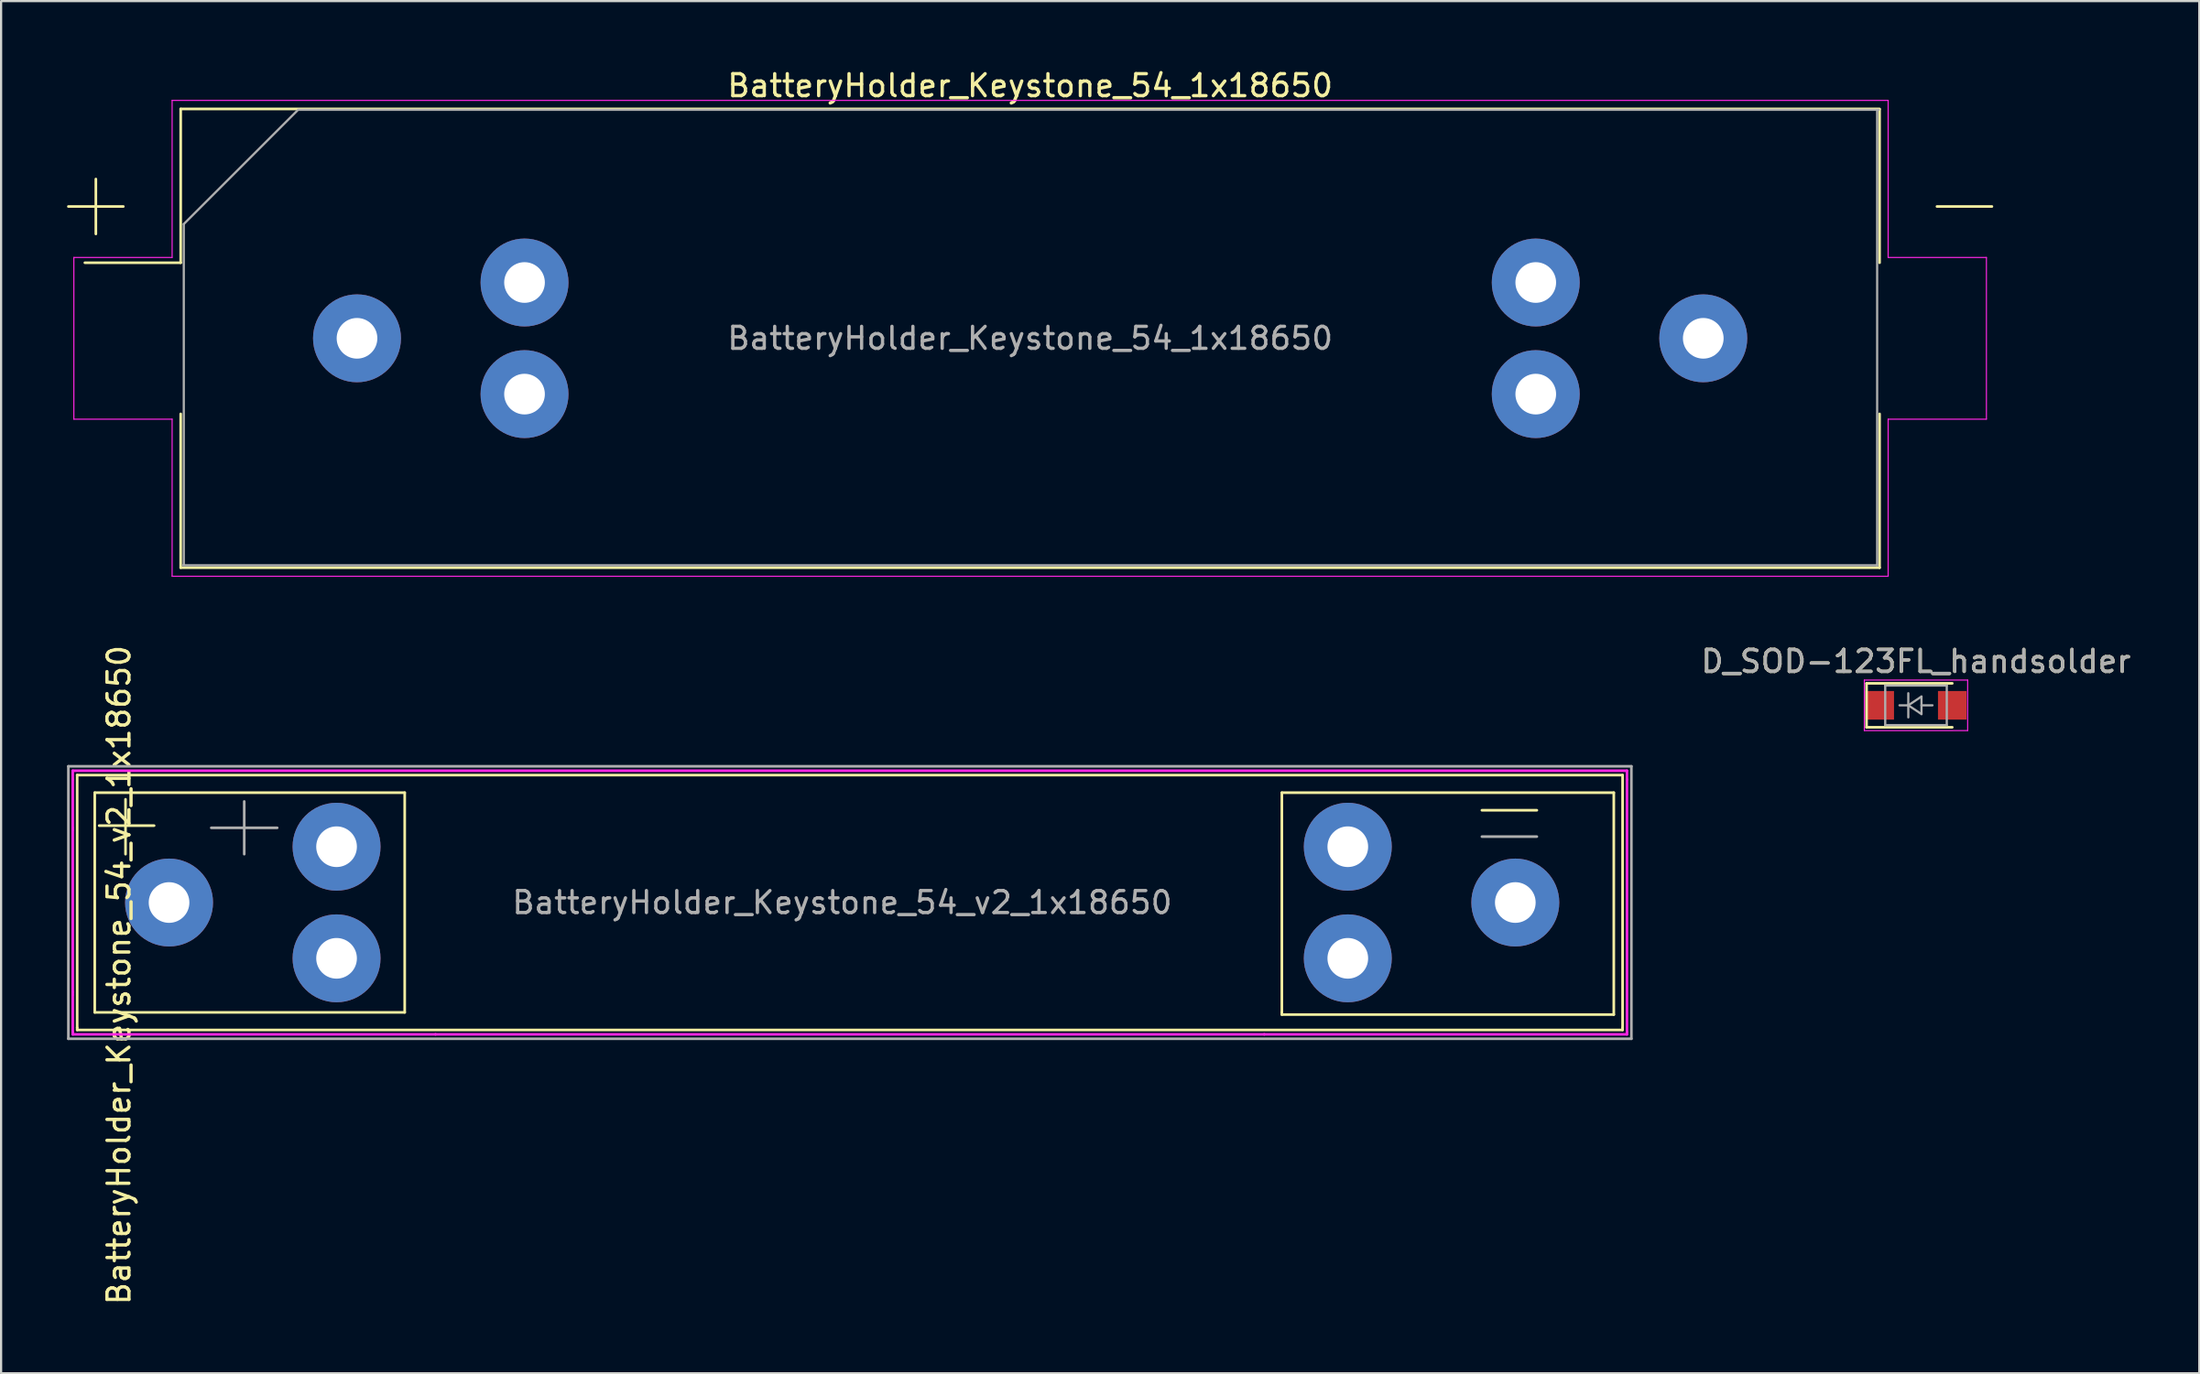
<source format=kicad_pcb>
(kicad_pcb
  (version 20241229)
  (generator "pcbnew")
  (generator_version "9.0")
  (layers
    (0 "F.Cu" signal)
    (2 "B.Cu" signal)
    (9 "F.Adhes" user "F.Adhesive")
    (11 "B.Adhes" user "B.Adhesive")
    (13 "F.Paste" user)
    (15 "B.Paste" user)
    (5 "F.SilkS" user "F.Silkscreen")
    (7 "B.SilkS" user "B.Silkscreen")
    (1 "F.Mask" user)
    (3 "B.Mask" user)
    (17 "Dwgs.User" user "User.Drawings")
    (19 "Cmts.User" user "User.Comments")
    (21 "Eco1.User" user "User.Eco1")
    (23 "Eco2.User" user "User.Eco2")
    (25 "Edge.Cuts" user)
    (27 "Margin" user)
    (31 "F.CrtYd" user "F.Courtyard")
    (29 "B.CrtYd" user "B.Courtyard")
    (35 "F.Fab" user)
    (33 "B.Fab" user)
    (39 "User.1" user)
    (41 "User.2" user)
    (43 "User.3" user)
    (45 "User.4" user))
  (footprint "BatteryHolder_Keystone_54_1x18650"
    (layer "F.Cu")
    (at 43.81 12.348)
    (property "Reference" "BatteryHolder_Keystone_54_1x18650" (at 0 -11.5 0) (layer "F.SilkS") (effects (font (size 1 1) (thickness 0.15))))
    (attr smd)
    (fp_line (start -43.75 -6) (end -41.25 -6) (stroke (width 0.12) (type solid)) (layer "F.SilkS"))
    (fp_line (start -42.5 -4.75) (end -42.5 -7.25) (stroke (width 0.12) (type solid)) (layer "F.SilkS"))
    (fp_line (start -38.64 -10.44) (end -38.64 -3.44) (stroke (width 0.12) (type solid)) (layer "F.SilkS"))
    (fp_line (start -38.64 -3.44) (end -43 -3.44) (stroke (width 0.12) (type solid)) (layer "F.SilkS"))
    (fp_line (start -38.64 10.44) (end -38.64 3.44) (stroke (width 0.12) (type solid)) (layer "F.SilkS"))
    (fp_line (start 38.64 -10.44) (end -38.64 -10.44) (stroke (width 0.12) (type solid)) (layer "F.SilkS"))
    (fp_line (start 38.64 -3.44) (end 38.64 -10.42) (stroke (width 0.12) (type solid)) (layer "F.SilkS"))
    (fp_line (start 38.64 3.44) (end 38.64 10.44) (stroke (width 0.12) (type solid)) (layer "F.SilkS"))
    (fp_line (start 38.64 10.44) (end -38.64 10.44) (stroke (width 0.12) (type solid)) (layer "F.SilkS"))
    (fp_line (start 43.75 -6) (end 41.25 -6) (stroke (width 0.12) (type solid)) (layer "F.SilkS"))
    (fp_line (start -43.5 -3.68) (end -39.03 -3.68) (stroke (width 0.05) (type solid)) (layer "F.CrtYd"))
    (fp_line (start -43.5 3.68) (end -43.5 -3.68) (stroke (width 0.05) (type solid)) (layer "F.CrtYd"))
    (fp_line (start -39.03 -10.83) (end -39.03 -3.68) (stroke (width 0.05) (type solid)) (layer "F.CrtYd"))
    (fp_line (start -39.03 -10.83) (end 39.03 -10.83) (stroke (width 0.05) (type solid)) (layer "F.CrtYd"))
    (fp_line (start -39.03 3.68) (end -43.5 3.68) (stroke (width 0.05) (type solid)) (layer "F.CrtYd"))
    (fp_line (start -39.03 10.83) (end -39.03 3.68) (stroke (width 0.05) (type solid)) (layer "F.CrtYd"))
    (fp_line (start -39.03 10.83) (end 39.03 10.83) (stroke (width 0.05) (type solid)) (layer "F.CrtYd"))
    (fp_line (start 39.03 -10.83) (end 39.03 -3.68) (stroke (width 0.05) (type solid)) (layer "F.CrtYd"))
    (fp_line (start 39.03 3.68) (end 43.5 3.68) (stroke (width 0.05) (type solid)) (layer "F.CrtYd"))
    (fp_line (start 39.03 10.83) (end 39.03 3.68) (stroke (width 0.05) (type solid)) (layer "F.CrtYd"))
    (fp_line (start 43.5 -3.68) (end 39.03 -3.68) (stroke (width 0.05) (type solid)) (layer "F.CrtYd"))
    (fp_line (start 43.5 3.68) (end 43.5 -3.68) (stroke (width 0.05) (type solid)) (layer "F.CrtYd"))
    (fp_line (start -38.53 10.33) (end 38.53 10.33) (stroke (width 0.1) (type solid)) (layer "F.Fab"))
    (fp_line (start -38.5 -5.197) (end -38.5 10.3) (stroke (width 0.1) (type solid)) (layer "F.Fab"))
    (fp_line (start -33.337 -10.363) (end -38.5 -5.2) (stroke (width 0.1) (type solid)) (layer "F.Fab"))
    (fp_line (start -33.3 -10.4) (end 38.597 -10.4) (stroke (width 0.1) (type solid)) (layer "F.Fab"))
    (fp_line (start 38.53 -10.33) (end 38.53 10.33) (stroke (width 0.1) (type solid)) (layer "F.Fab"))
    (fp_text user "${REFERENCE}" (at 0 0 0) (layer "F.Fab") (effects (font (size 1 1) (thickness 0.15))))
    (pad "1" thru_hole circle (at -30.62 0 180) (size 4 4) (drill 1.85) (layers "*.Cu" "*.Mask"))
    (pad "1" thru_hole circle (at -23 -2.54 180) (size 4 4) (drill 1.85) (layers "*.Cu" "*.Mask"))
    (pad "1" thru_hole circle (at -23 2.54 180) (size 4 4) (drill 1.85) (layers "*.Cu" "*.Mask"))
    (pad "2" thru_hole circle (at 23 -2.54) (size 4 4) (drill 1.85) (layers "*.Cu" "*.Mask"))
    (pad "2" thru_hole circle (at 23 2.54) (size 4 4) (drill 1.85) (layers "*.Cu" "*.Mask"))
    (pad "2" thru_hole circle (at 30.62 0) (size 4 4) (drill 1.85) (layers "*.Cu" "*.Mask")))
  (footprint "D_SOD-123FL_handsolder"
    (layer "F.Cu")
    (at 84.107 29.052)
    (property "Reference" "D_SOD-123FL_handsolder" (at 0 -2 0) (layer "F.SilkS") (effects (font (size 1 1) (thickness 0.15))))
    (attr smd)
    (fp_line (start -2.25 -1) (end -2.25 1) (stroke (width 0.12) (type solid)) (layer "F.SilkS"))
    (fp_line (start -2.25 -1) (end 1.65 -1) (stroke (width 0.12) (type solid)) (layer "F.SilkS"))
    (fp_line (start -2.25 1) (end 1.65 1) (stroke (width 0.12) (type solid)) (layer "F.SilkS"))
    (fp_line (start -2.35 -1.15) (end -2.35 1.15) (stroke (width 0.05) (type solid)) (layer "F.CrtYd"))
    (fp_line (start -2.35 -1.15) (end 2.35 -1.15) (stroke (width 0.05) (type solid)) (layer "F.CrtYd"))
    (fp_line (start 2.35 -1.15) (end 2.35 1.15) (stroke (width 0.05) (type solid)) (layer "F.CrtYd"))
    (fp_line (start 2.35 1.15) (end -2.35 1.15) (stroke (width 0.05) (type solid)) (layer "F.CrtYd"))
    (fp_line (start -1.4 -0.9) (end 1.4 -0.9) (stroke (width 0.1) (type solid)) (layer "F.Fab"))
    (fp_line (start -1.4 0.9) (end -1.4 -0.9) (stroke (width 0.1) (type solid)) (layer "F.Fab"))
    (fp_line (start -0.75 0) (end -0.35 0) (stroke (width 0.1) (type solid)) (layer "F.Fab"))
    (fp_line (start -0.35 0) (end -0.35 -0.55) (stroke (width 0.1) (type solid)) (layer "F.Fab"))
    (fp_line (start -0.35 0) (end -0.35 0.55) (stroke (width 0.1) (type solid)) (layer "F.Fab"))
    (fp_line (start -0.35 0) (end 0.25 -0.4) (stroke (width 0.1) (type solid)) (layer "F.Fab"))
    (fp_line (start 0.25 -0.4) (end 0.25 0.4) (stroke (width 0.1) (type solid)) (layer "F.Fab"))
    (fp_line (start 0.25 0) (end 0.75 0) (stroke (width 0.1) (type solid)) (layer "F.Fab"))
    (fp_line (start 0.25 0.4) (end -0.35 0) (stroke (width 0.1) (type solid)) (layer "F.Fab"))
    (fp_line (start 1.4 -0.9) (end 1.4 0.9) (stroke (width 0.1) (type solid)) (layer "F.Fab"))
    (fp_line (start 1.4 0.9) (end -1.4 0.9) (stroke (width 0.1) (type solid)) (layer "F.Fab"))
    (fp_text user "${REFERENCE}" (at 0 -2 0) (layer "F.Fab") (effects (font (size 1 1) (thickness 0.15))))
    (pad "1" smd rect (at -1.65 0) (size 1.3 1.3) (layers "F.Cu" "F.Mask" "F.Paste"))
    (pad "2" smd rect (at 1.65 0) (size 1.3 1.3) (layers "F.Cu" "F.Mask" "F.Paste")))
  (footprint "BatteryHolder_Keystone_54_v2_1x18650"
    (layer "F.Cu")
    (at 35.26 38.028)
    (property "Reference" "BatteryHolder_Keystone_54_v2_1x18650" (at -32.9 3.3 90) (layer "F.SilkS") (effects (font (size 1 1) (thickness 0.15))))
    (attr through_hole)
    (fp_line (start -34.8 -5.8) (end -34.8 5.7) (stroke (width 0.12) (type solid)) (layer "F.SilkS"))
    (fp_line (start -34.8 5.8) (end -34.8 5.7) (stroke (width 0.12) (type solid)) (layer "F.SilkS"))
    (fp_line (start -34.8 5.8) (end 35.5 5.8) (stroke (width 0.12) (type solid)) (layer "F.SilkS"))
    (fp_line (start -34 -5) (end -34 5) (stroke (width 0.12) (type solid)) (layer "F.SilkS"))
    (fp_line (start -34 5) (end -19.9 5) (stroke (width 0.12) (type solid)) (layer "F.SilkS"))
    (fp_line (start -33.8 -3.5) (end -31.3 -3.5) (stroke (width 0.12) (type solid)) (layer "F.SilkS"))
    (fp_line (start -32.6 -2.2) (end -32.6 -4.7) (stroke (width 0.12) (type solid)) (layer "F.SilkS"))
    (fp_line (start -19.9 -5) (end -34 -5) (stroke (width 0.12) (type solid)) (layer "F.SilkS"))
    (fp_line (start -19.9 5) (end -19.9 -5) (stroke (width 0.12) (type solid)) (layer "F.SilkS"))
    (fp_line (start 20 -5) (end 35.1 -5) (stroke (width 0.12) (type solid)) (layer "F.SilkS"))
    (fp_line (start 20 5) (end 20 -5) (stroke (width 0.12) (type solid)) (layer "F.SilkS"))
    (fp_line (start 20 5.1) (end 20 5) (stroke (width 0.12) (type solid)) (layer "F.SilkS"))
    (fp_line (start 31.6 -4.2) (end 29.1 -4.2) (stroke (width 0.12) (type solid)) (layer "F.SilkS"))
    (fp_line (start 35.1 -5) (end 35.1 5.1) (stroke (width 0.12) (type solid)) (layer "F.SilkS"))
    (fp_line (start 35.1 5.1) (end 20 5.1) (stroke (width 0.12) (type solid)) (layer "F.SilkS"))
    (fp_line (start 35.5 -5.8) (end -34.8 -5.8) (stroke (width 0.12) (type solid)) (layer "F.SilkS"))
    (fp_line (start 35.5 5.7) (end 35.5 -5.8) (stroke (width 0.12) (type solid)) (layer "F.SilkS"))
    (fp_line (start 35.5 5.8) (end 35.5 5.7) (stroke (width 0.12) (type solid)) (layer "F.SilkS"))
    (fp_line (start -35 -6) (end -35 -5.6) (stroke (width 0.12) (type solid)) (layer "F.CrtYd"))
    (fp_line (start -35 -5.6) (end -35 -3.4) (stroke (width 0.12) (type solid)) (layer "F.CrtYd"))
    (fp_line (start -35 -3.4) (end -35 -3.3) (stroke (width 0.12) (type solid)) (layer "F.CrtYd"))
    (fp_line (start -35 4.06) (end -35 -3.3) (stroke (width 0.12) (type solid)) (layer "F.CrtYd"))
    (fp_line (start -35 4.06) (end -35 4.1) (stroke (width 0.12) (type solid)) (layer "F.CrtYd"))
    (fp_line (start -35 4.1) (end -35 4.2) (stroke (width 0.12) (type solid)) (layer "F.CrtYd"))
    (fp_line (start -35 4.2) (end -35 5.9) (stroke (width 0.12) (type solid)) (layer "F.CrtYd"))
    (fp_line (start -35 6) (end -35 5.9) (stroke (width 0.12) (type solid)) (layer "F.CrtYd"))
    (fp_line (start -35 6) (end -18.5 6) (stroke (width 0.12) (type solid)) (layer "F.CrtYd"))
    (fp_line (start -18.5 6) (end 19.2 6) (stroke (width 0.12) (type solid)) (layer "F.CrtYd"))
    (fp_line (start 19.2 6) (end 35.7 6) (stroke (width 0.12) (type solid)) (layer "F.CrtYd"))
    (fp_line (start 35.7 -6) (end -35 -6) (stroke (width 0.12) (type solid)) (layer "F.CrtYd"))
    (fp_line (start 35.7 -5.6) (end 35.7 -6) (stroke (width 0.12) (type solid)) (layer "F.CrtYd"))
    (fp_line (start 35.7 5.9) (end 35.7 -5.6) (stroke (width 0.12) (type solid)) (layer "F.CrtYd"))
    (fp_line (start 35.7 5.9) (end 35.7 6) (stroke (width 0.12) (type solid)) (layer "F.CrtYd"))
    (fp_line (start -35.2 -6.2) (end 35.9 -6.2) (stroke (width 0.12) (type solid)) (layer "F.Fab"))
    (fp_line (start -35.2 6.2) (end -35.2 -6.2) (stroke (width 0.12) (type solid)) (layer "F.Fab"))
    (fp_line (start -28.7 -3.4) (end -25.7 -3.4) (stroke (width 0.12) (type solid)) (layer "F.Fab"))
    (fp_line (start -27.2 -4.6) (end -27.2 -2.2) (stroke (width 0.12) (type solid)) (layer "F.Fab"))
    (fp_line (start 29.1 -3) (end 31.6 -3) (stroke (width 0.12) (type solid)) (layer "F.Fab"))
    (fp_line (start 35.9 -6.2) (end 35.9 6.2) (stroke (width 0.12) (type solid)) (layer "F.Fab"))
    (fp_line (start 35.9 6.2) (end -35.2 6.2) (stroke (width 0.12) (type solid)) (layer "F.Fab"))
    (fp_text user "${REFERENCE}" (at 0 0 0) (layer "F.Fab") (effects (font (size 1 1) (thickness 0.15))))
    (pad "1" thru_hole circle (at -30.62 0 180) (size 4 4) (drill 1.85) (layers "*.Cu" "*.Mask"))
    (pad "1" thru_hole circle (at -23 -2.54 180) (size 4 4) (drill 1.85) (layers "*.Cu" "*.Mask"))
    (pad "1" thru_hole circle (at -23 2.54 180) (size 4 4) (drill 1.85) (layers "*.Cu" "*.Mask"))
    (pad "2" thru_hole circle (at 23 -2.54) (size 4 4) (drill 1.85) (layers "*.Cu" "*.Mask"))
    (pad "2" thru_hole circle (at 23 2.54) (size 4 4) (drill 1.85) (layers "*.Cu" "*.Mask"))
    (pad "2" thru_hole circle (at 30.62 0) (size 4 4) (drill 1.85) (layers "*.Cu" "*.Mask")))
  (gr_rect
    (start -3 -3)
    (end 96.994 59.453)
    (stroke (width 0.1) (type default))
    (fill no)
    (layer "Edge.Cuts")))
</source>
